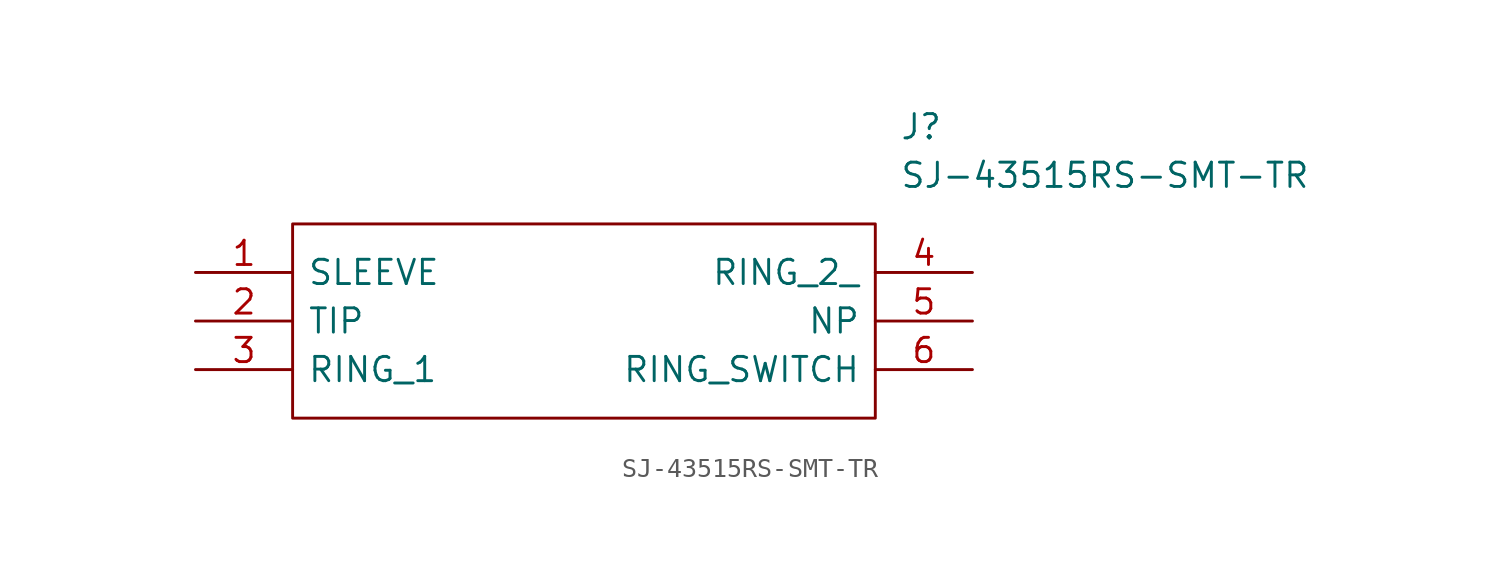
<source format=kicad_sym>
(kicad_symbol_lib
  (version 20231120)
  (generator "kicad_symbol_editor")
  (generator_version "8.0")
  (symbol "SJ-43515RS-SMT-TR"
    (pin_names
      (offset 0.762))
    (property "Reference" "J"
      (at 36.83 7.62 0)
      (effects (font (size 1.27 1.27)) (justify left)))
    (property "Value" "SJ-43515RS-SMT-TR"
      (at 36.83 5.08 0)
      (effects (font (size 1.27 1.27)) (justify left)))
    (symbol "SJ-43515RS-SMT-TR_0_0"
      (pin passive line (at 0 0 0) (length 5.08) (name "SLEEVE" (effects (font (size 1.27 1.27)))) (number "1" (effects (font (size 1.27 1.27)))))
      (pin passive line (at 0 -2.54 0) (length 5.08) (name "TIP" (effects (font (size 1.27 1.27)))) (number "2" (effects (font (size 1.27 1.27)))))
      (pin passive line (at 0 -5.08 0) (length 5.08) (name "RING_1" (effects (font (size 1.27 1.27)))) (number "3" (effects (font (size 1.27 1.27)))))
      (pin passive line (at 40.64 0 180) (length 5.08) (name "RING_2_" (effects (font (size 1.27 1.27)))) (number "4" (effects (font (size 1.27 1.27)))))
      (pin passive line (at 40.64 -2.54 180) (length 5.08) (name "NP" (effects (font (size 1.27 1.27)))) (number "5" (effects (font (size 1.27 1.27)))))
      (pin passive line (at 40.64 -5.08 180) (length 5.08) (name "RING_SWITCH" (effects (font (size 1.27 1.27)))) (number "6" (effects (font (size 1.27 1.27))))))
    (symbol "SJ-43515RS-SMT-TR_0_1"
      (polyline (pts (xy 5.08 2.54) (xy 35.56 2.54) (xy 35.56 -7.62) (xy 5.08 -7.62) (xy 5.08 2.54)) (stroke (width 0.152) (type solid)) (fill (type none))))))
</source>
